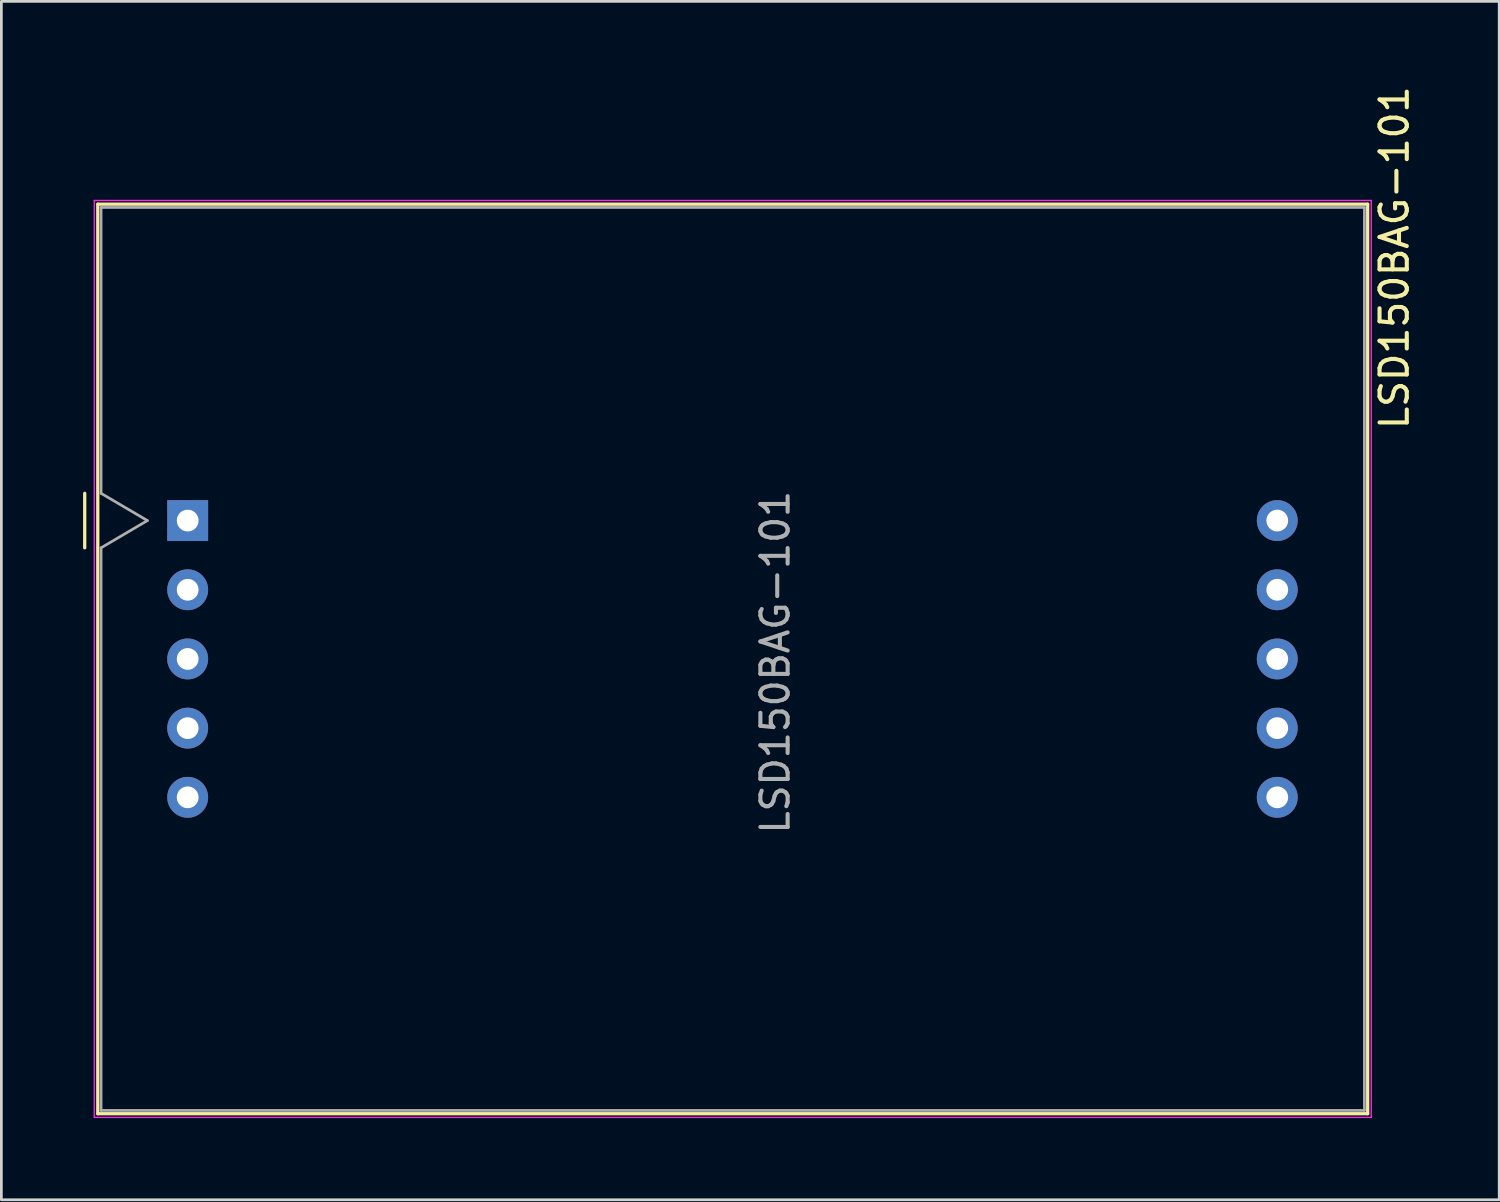
<source format=kicad_pcb>
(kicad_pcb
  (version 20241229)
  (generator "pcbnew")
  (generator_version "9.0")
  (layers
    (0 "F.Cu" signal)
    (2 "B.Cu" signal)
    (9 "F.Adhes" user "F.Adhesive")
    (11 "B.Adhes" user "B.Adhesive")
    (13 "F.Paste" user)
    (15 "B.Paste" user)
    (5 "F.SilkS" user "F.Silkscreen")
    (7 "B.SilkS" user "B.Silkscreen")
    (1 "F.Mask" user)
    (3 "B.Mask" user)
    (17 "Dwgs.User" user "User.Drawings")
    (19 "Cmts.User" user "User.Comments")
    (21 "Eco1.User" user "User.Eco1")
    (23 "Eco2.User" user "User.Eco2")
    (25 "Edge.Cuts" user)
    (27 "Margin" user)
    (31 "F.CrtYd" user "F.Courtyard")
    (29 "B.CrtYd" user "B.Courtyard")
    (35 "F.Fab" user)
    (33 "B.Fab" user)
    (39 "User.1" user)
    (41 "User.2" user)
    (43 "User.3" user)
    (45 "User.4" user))
  (footprint "LSD150BAG-101"
    (layer "F.Cu")
    (at 3.84 16.061)
    (property "Reference" "LSD150BAG-101" (at 44.3 -9.65 270) (layer "F.SilkS") (effects (font (size 1 1) (thickness 0.15))))
    (attr through_hole)
    (fp_line (start -3.78 -1) (end -3.78 1) (stroke (width 0.12) (type solid)) (layer "F.SilkS"))
    (fp_line (start -3.3 -11.615) (end 43.32 -11.615) (stroke (width 0.12) (type solid)) (layer "F.SilkS"))
    (fp_line (start -3.3 21.775) (end -3.3 -11.615) (stroke (width 0.12) (type solid)) (layer "F.SilkS"))
    (fp_line (start 43.32 -11.615) (end 43.32 21.775) (stroke (width 0.12) (type solid)) (layer "F.SilkS"))
    (fp_line (start 43.32 21.775) (end -3.3 21.775) (stroke (width 0.12) (type solid)) (layer "F.SilkS"))
    (fp_line (start -3.43 -11.75) (end 43.45 -11.75) (stroke (width 0.05) (type solid)) (layer "F.CrtYd"))
    (fp_line (start -3.43 21.91) (end -3.43 -11.75) (stroke (width 0.05) (type solid)) (layer "F.CrtYd"))
    (fp_line (start 43.45 -11.75) (end 43.45 21.91) (stroke (width 0.05) (type solid)) (layer "F.CrtYd"))
    (fp_line (start 43.45 21.91) (end -3.43 21.91) (stroke (width 0.05) (type solid)) (layer "F.CrtYd"))
    (fp_line (start -3.18 -11.495) (end -3.18 -1) (stroke (width 0.1) (type solid)) (layer "F.Fab"))
    (fp_line (start -3.18 -1) (end -1.48 0) (stroke (width 0.1) (type solid)) (layer "F.Fab"))
    (fp_line (start -3.18 1) (end -3.18 21.655) (stroke (width 0.1) (type solid)) (layer "F.Fab"))
    (fp_line (start -3.18 21.655) (end 43.2 21.655) (stroke (width 0.1) (type solid)) (layer "F.Fab"))
    (fp_line (start -1.48 0) (end -3.18 1) (stroke (width 0.1) (type solid)) (layer "F.Fab"))
    (fp_line (start 43.2 -11.495) (end -3.18 -11.495) (stroke (width 0.1) (type solid)) (layer "F.Fab"))
    (fp_line (start 43.2 21.655) (end 43.2 -11.495) (stroke (width 0.1) (type solid)) (layer "F.Fab"))
    (fp_text user "${REFERENCE}" (at 21.57 5.2 270) (layer "F.Fab") (effects (font (size 1 1) (thickness 0.15))))
    (pad "1" thru_hole rect (at 0 0 270) (size 1.5 1.5) (drill 0.8) (layers "*.Cu" "*.Mask"))
    (pad "2" thru_hole circle (at 0 2.54 270) (size 1.5 1.5) (drill 0.8) (layers "*.Cu" "*.Mask"))
    (pad "3" thru_hole circle (at 0 5.08 270) (size 1.5 1.5) (drill 0.8) (layers "*.Cu" "*.Mask"))
    (pad "4" thru_hole circle (at 0 7.62 270) (size 1.5 1.5) (drill 0.8) (layers "*.Cu" "*.Mask"))
    (pad "5" thru_hole circle (at 0 10.16 270) (size 1.5 1.5) (drill 0.8) (layers "*.Cu" "*.Mask"))
    (pad "6" thru_hole circle (at 40 10.16 270) (size 1.5 1.5) (drill 0.8) (layers "*.Cu" "*.Mask"))
    (pad "7" thru_hole circle (at 40 7.62 270) (size 1.5 1.5) (drill 0.8) (layers "*.Cu" "*.Mask"))
    (pad "8" thru_hole circle (at 40 5.08 270) (size 1.5 1.5) (drill 0.8) (layers "*.Cu" "*.Mask"))
    (pad "9" thru_hole circle (at 40 2.54 270) (size 1.5 1.5) (drill 0.8) (layers "*.Cu" "*.Mask"))
    (pad "10" thru_hole circle (at 40 0 270) (size 1.5 1.5) (drill 0.8) (layers "*.Cu" "*.Mask")))
  (gr_rect
    (start -3 -3)
    (end 51.988 40.996)
    (stroke (width 0.1) (type default))
    (fill no)
    (layer "Edge.Cuts")))
</source>
